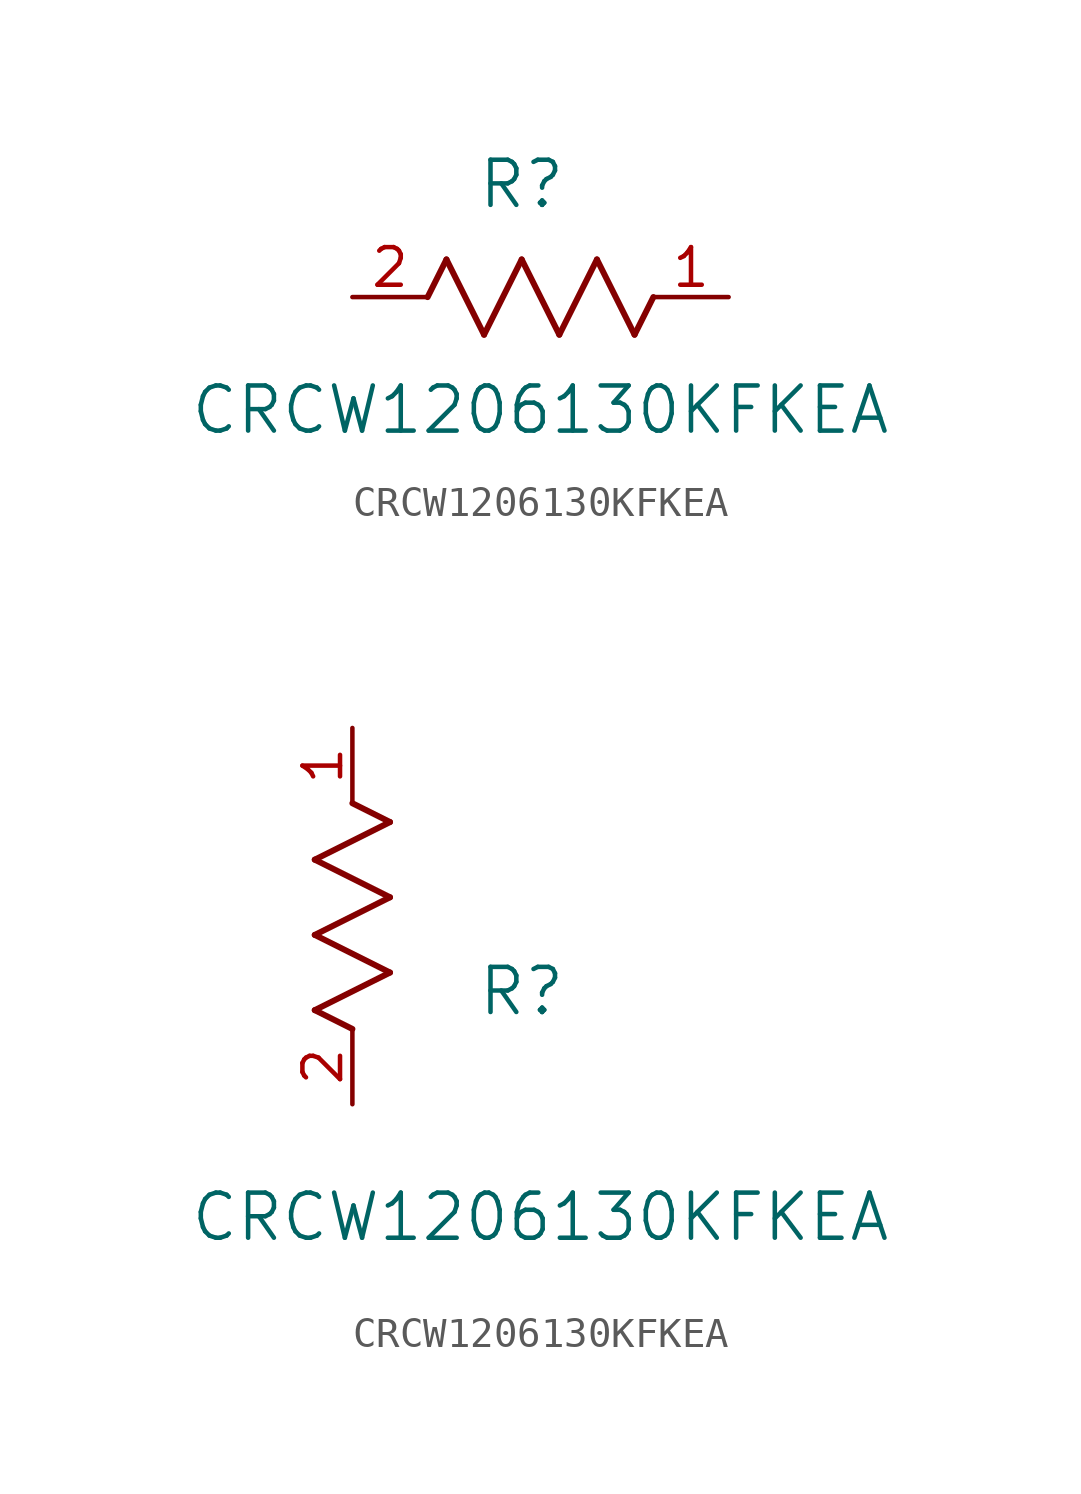
<source format=kicad_sym>
(kicad_symbol_lib
  (version 20211014)
  (generator kicad_symbol_editor)
  (symbol "CRCW1206130KFKEA"
    (pin_names
      (offset 0.254))
    (property "Reference" "R"
      (at 5.715 3.81 0)
      (effects (font (size 1.524 1.524))))
    (property "Value" "CRCW1206130KFKEA"
      (at 6.35 -3.81 0)
      (effects (font (size 1.524 1.524))))
    (symbol "CRCW1206130KFKEA_1_1"
      (polyline (pts (xy 3.175 1.27) (xy 4.445 -1.27)) (stroke (width 0.203) (type default) (color 0 0 0 0)) (fill (type none)))
      (polyline (pts (xy 4.445 -1.27) (xy 5.715 1.27)) (stroke (width 0.203) (type default) (color 0 0 0 0)) (fill (type none)))
      (polyline (pts (xy 5.715 1.27) (xy 6.985 -1.27)) (stroke (width 0.203) (type default) (color 0 0 0 0)) (fill (type none)))
      (polyline (pts (xy 6.985 -1.27) (xy 8.255 1.27)) (stroke (width 0.203) (type default) (color 0 0 0 0)) (fill (type none)))
      (polyline (pts (xy 8.255 1.27) (xy 9.525 -1.27)) (stroke (width 0.203) (type default) (color 0 0 0 0)) (fill (type none)))
      (polyline (pts (xy 2.54 0) (xy 3.175 1.27)) (stroke (width 0.203) (type default) (color 0 0 0 0)) (fill (type none)))
      (polyline (pts (xy 9.525 -1.27) (xy 10.16 0)) (stroke (width 0.203) (type default) (color 0 0 0 0)) (fill (type none)))
      (pin unspecified line (at 12.7 0 180) (length 2.54) (name "" (effects (font (size 1.27 1.27)))) (number "1" (effects (font (size 1.27 1.27)))))
      (pin unspecified line (at 0 0 0) (length 2.54) (name "" (effects (font (size 1.27 1.27)))) (number "2" (effects (font (size 1.27 1.27))))))
    (symbol "CRCW1206130KFKEA_1_2"
      (polyline (pts (xy 0 2.54) (xy -1.27 3.175)) (stroke (width 0.203) (type default) (color 0 0 0 0)) (fill (type none)))
      (polyline (pts (xy -1.27 3.175) (xy 1.27 4.445)) (stroke (width 0.203) (type default) (color 0 0 0 0)) (fill (type none)))
      (polyline (pts (xy 1.27 4.445) (xy -1.27 5.715)) (stroke (width 0.203) (type default) (color 0 0 0 0)) (fill (type none)))
      (polyline (pts (xy -1.27 5.715) (xy 1.27 6.985)) (stroke (width 0.203) (type default) (color 0 0 0 0)) (fill (type none)))
      (polyline (pts (xy -1.27 8.255) (xy 1.27 9.525)) (stroke (width 0.203) (type default) (color 0 0 0 0)) (fill (type none)))
      (polyline (pts (xy 1.27 9.525) (xy 0 10.16)) (stroke (width 0.203) (type default) (color 0 0 0 0)) (fill (type none)))
      (polyline (pts (xy 1.27 6.985) (xy -1.27 8.255)) (stroke (width 0.203) (type default) (color 0 0 0 0)) (fill (type none)))
      (pin unspecified line (at 0 12.7 270) (length 2.54) (name "" (effects (font (size 1.27 1.27)))) (number "1" (effects (font (size 1.27 1.27)))))
      (pin unspecified line (at 0 0 90) (length 2.54) (name "" (effects (font (size 1.27 1.27)))) (number "2" (effects (font (size 1.27 1.27))))))))
</source>
